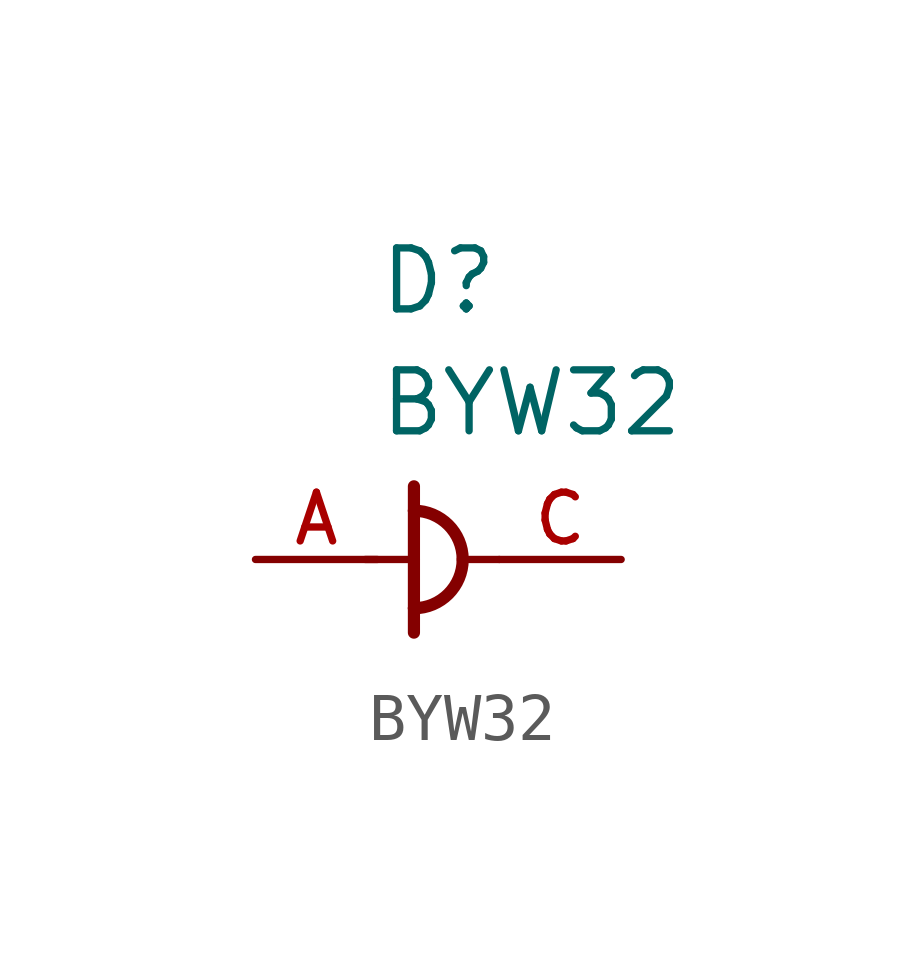
<source format=kicad_sym>
(kicad_symbol_lib
  (version 20211014)
  (generator kicad_symbol_editor)
  (symbol "BYW32"
    (pin_names
      (offset 1.016))
    (property "Reference" "D"
      (at -2.542 5.059 0)
      (effects (font (size 1.27 1.27)) (justify bottom left)))
    (property "Value" "BYW32"
      (at -2.543 2.518 0)
      (effects (font (size 1.27 1.27)) (justify bottom left)))
    (symbol "BYW32_0_0"
      (polyline (pts (xy -1.778 1.524) (xy -1.778 1.016)) (stroke (width 0.254)))
      (polyline (pts (xy -1.778 1.016) (xy -1.778 0.0)) (stroke (width 0.254)))
      (polyline (pts (xy -1.778 0.0) (xy -1.778 -1.016)) (stroke (width 0.254)))
      (polyline (pts (xy -1.778 -1.016) (xy -1.778 -1.524)) (stroke (width 0.254)))
      (arc (start -0.762 0.0) (mid -1.0596 0.7184) (end -1.778 1.016) (stroke (width 0.254) (type default) (color 0 0 0 0)) (fill (type none)))
      (arc (start -1.778 -1.016) (mid -1.0596 -0.7184) (end -0.762 0.0) (stroke (width 0.254) (type default) (color 0 0 0 0)) (fill (type none)))
      (polyline (pts (xy -2.794 0.0) (xy -1.778 0.0)) (stroke (width 0.152)))
      (polyline (pts (xy 0.0 0.0) (xy -0.762 0.0)) (stroke (width 0.152)))
      (pin passive line (at -5.08 0.0 0) (length 2.54) (name "~" (effects (font (size 1.016 1.016)))) (number "A" (effects (font (size 1.016 1.016)))))
      (pin passive line (at 2.54 0.0 180.0) (length 2.54) (name "~" (effects (font (size 1.016 1.016)))) (number "C" (effects (font (size 1.016 1.016))))))))
</source>
